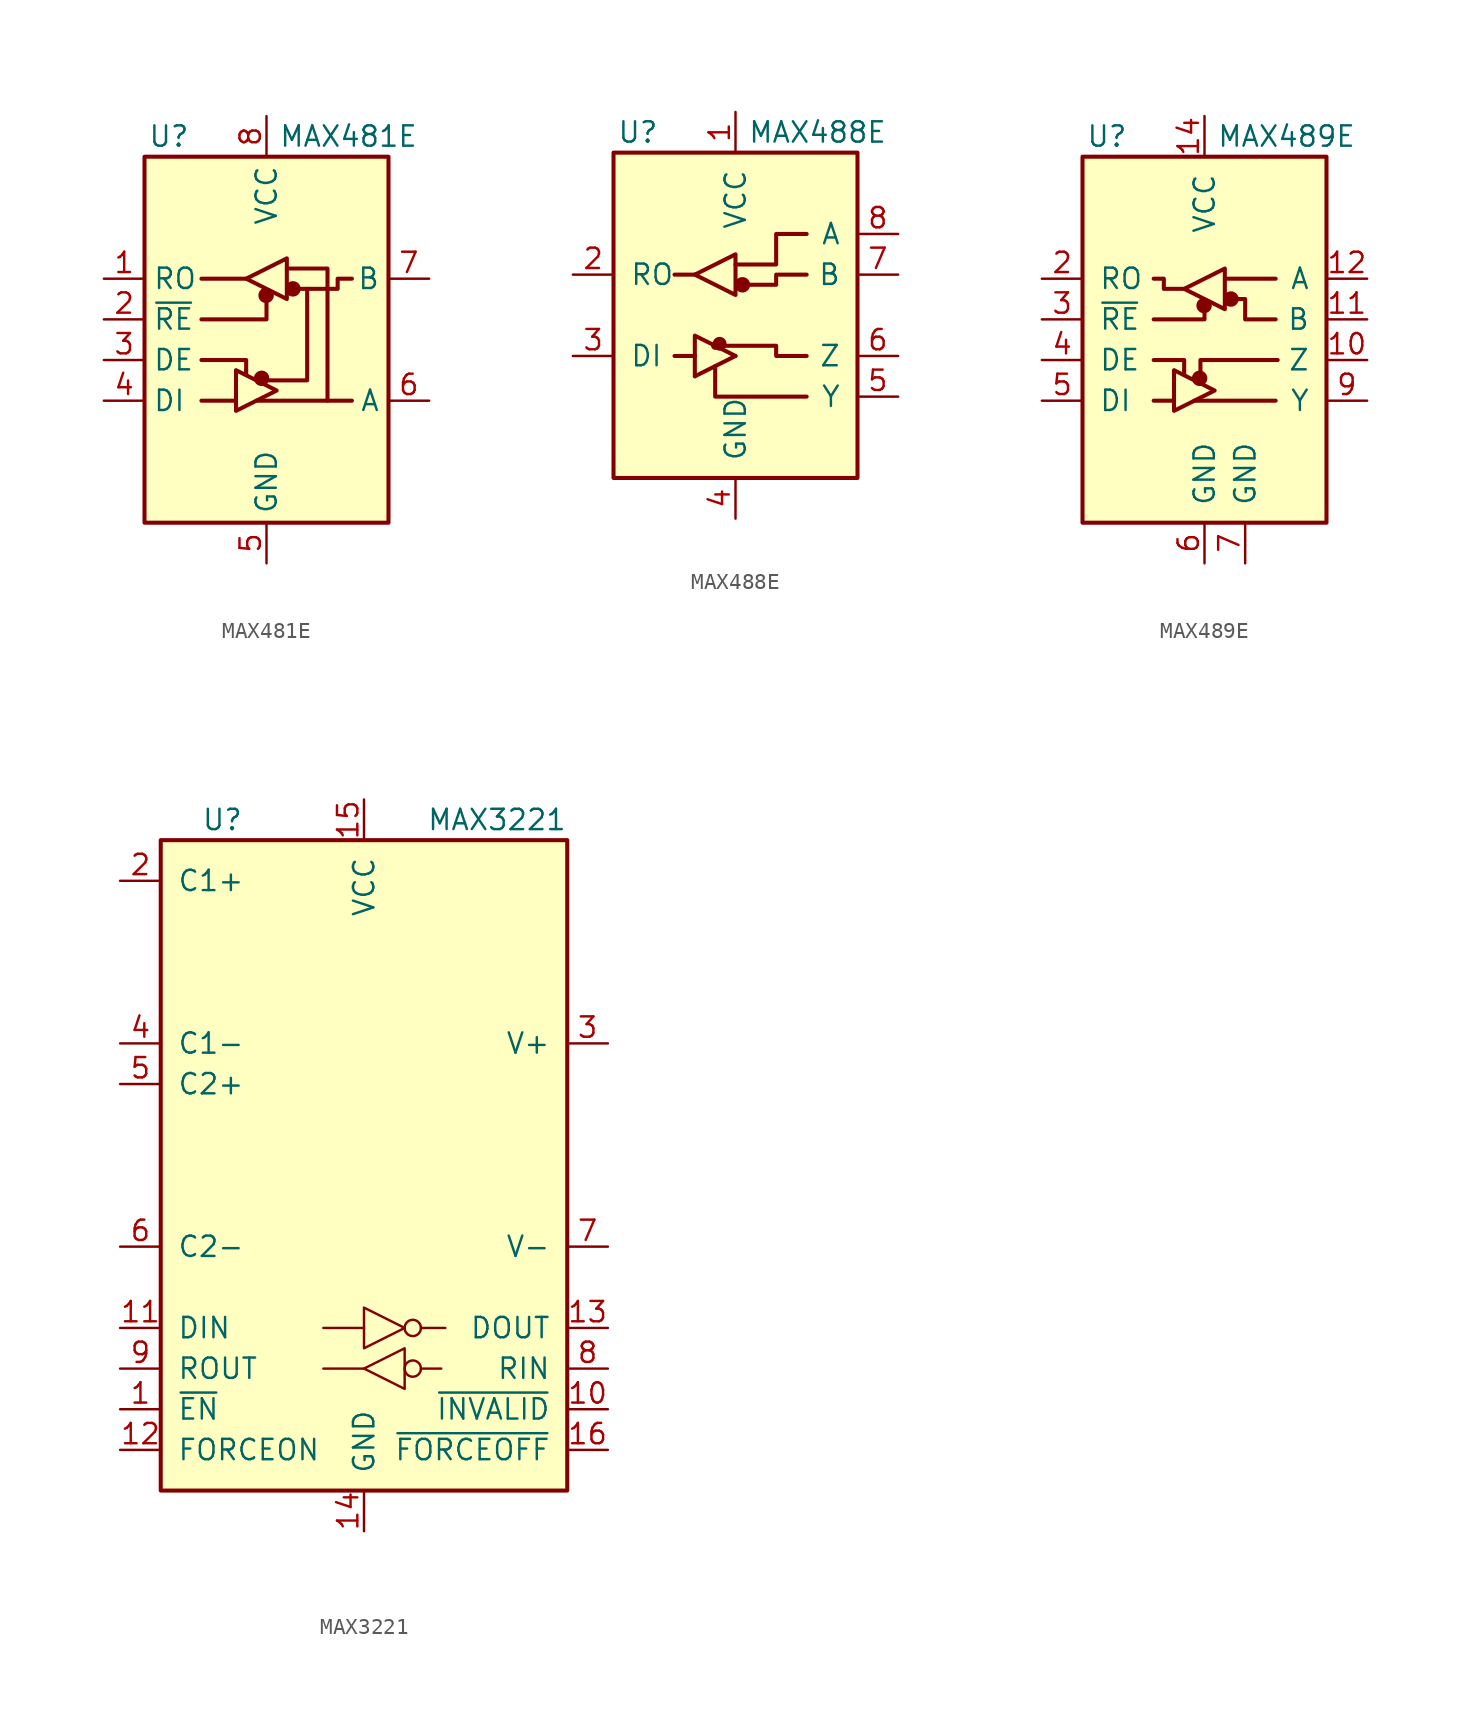
<source format=kicad_sym>
(kicad_symbol_lib
  (version 20201005)
  (generator kicad_symbol_editor)
  (symbol "MAX481E"
    (property "Reference" "U"
      (at -6.096 11.43 0)
      (effects (font (size 1.27 1.27))))
    (property "Value" "MAX481E"
      (at 0.762 11.43 0)
      (effects (font (size 1.27 1.27)) (justify left)))
    (symbol "MAX481E_0_1"
      (circle (center -0.305 -3.683) (radius 0.356) (stroke (width 0.254)) (fill (type outline)))
      (circle (center -0.025 1.499) (radius 0.356) (stroke (width 0.254)) (fill (type outline)))
      (circle (center 1.651 1.905) (radius 0.356) (stroke (width 0.254)) (fill (type outline)))
      (rectangle (start -7.62 10.16) (end 7.62 -12.7) (stroke (width 0.254)) (fill (type background)))
      (rectangle (start 1.27 3.175) (end 1.27 3.175) (stroke (width 0)) (fill (type none)))
      (polyline (pts (xy -4.064 -5.08) (xy -1.905 -5.08)) (stroke (width 0.254)) (fill (type none)))
      (polyline (pts (xy -4.064 2.54) (xy -1.27 2.54)) (stroke (width 0.254)) (fill (type none)))
      (polyline (pts (xy -1.27 -3.2) (xy -1.27 -3.454)) (stroke (width 0.254)) (fill (type none)))
      (polyline (pts (xy -0.635 -5.08) (xy 5.334 -5.08)) (stroke (width 0.254)) (fill (type none)))
      (polyline (pts (xy -4.064 -2.54) (xy -1.27 -2.54) (xy -1.27 -3.175)) (stroke (width 0.254)) (fill (type none)))
      (polyline (pts (xy 0 1.27) (xy 0 0) (xy -4.064 0)) (stroke (width 0.254)) (fill (type none)))
      (polyline (pts (xy 1.27 3.175) (xy 3.81 3.175) (xy 3.81 -5.08)) (stroke (width 0.254)) (fill (type none)))
      (polyline (pts (xy 2.54 1.905) (xy 2.54 -3.81) (xy 0 -3.81)) (stroke (width 0.254)) (fill (type none)))
      (polyline (pts (xy -1.905 -3.175) (xy -1.905 -5.715) (xy 0.635 -4.445) (xy -1.905 -3.175)) (stroke (width 0.254)) (fill (type none)))
      (polyline (pts (xy -1.27 2.54) (xy 1.27 3.81) (xy 1.27 1.27) (xy -1.27 2.54)) (stroke (width 0.254)) (fill (type none)))
      (polyline (pts (xy 1.905 1.905) (xy 4.445 1.905) (xy 4.445 2.54) (xy 5.334 2.54)) (stroke (width 0.254)) (fill (type none))))
    (symbol "MAX481E_1_1"
      (pin output line (at -10.16 2.54 0) (length 2.54) (name "RO" (effects (font (size 1.27 1.27)))) (number "1" (effects (font (size 1.27 1.27)))))
      (pin input line (at -10.16 0 0) (length 2.54) (name "~RE" (effects (font (size 1.27 1.27)))) (number "2" (effects (font (size 1.27 1.27)))))
      (pin input line (at -10.16 -2.54 0) (length 2.54) (name "DE" (effects (font (size 1.27 1.27)))) (number "3" (effects (font (size 1.27 1.27)))))
      (pin input line (at -10.16 -5.08 0) (length 2.54) (name "DI" (effects (font (size 1.27 1.27)))) (number "4" (effects (font (size 1.27 1.27)))))
      (pin power_in line (at 0 -15.24 90) (length 2.54) (name "GND" (effects (font (size 1.27 1.27)))) (number "5" (effects (font (size 1.27 1.27)))))
      (pin bidirectional line (at 10.16 -5.08 180) (length 2.54) (name "A" (effects (font (size 1.27 1.27)))) (number "6" (effects (font (size 1.27 1.27)))))
      (pin bidirectional line (at 10.16 2.54 180) (length 2.54) (name "B" (effects (font (size 1.27 1.27)))) (number "7" (effects (font (size 1.27 1.27)))))
      (pin power_in line (at 0 12.7 270) (length 2.54) (name "VCC" (effects (font (size 1.27 1.27)))) (number "8" (effects (font (size 1.27 1.27)))))))
  (symbol "MAX488E"
    (pin_names
      (offset 1.016))
    (property "Reference" "U"
      (at -6.096 11.43 0)
      (effects (font (size 1.27 1.27))))
    (property "Value" "MAX488E"
      (at 0.762 11.43 0)
      (effects (font (size 1.27 1.27)) (justify left)))
    (symbol "MAX488E_0_1"
      (circle (center -1.27 -1.905) (radius 0) (stroke (width 0.254)) (fill (type none)))
      (circle (center -0.991 -1.778) (radius 0.305) (stroke (width 0.254)) (fill (type outline)))
      (circle (center 0.432 1.905) (radius 0.356) (stroke (width 0.254)) (fill (type outline)))
      (rectangle (start -7.62 10.16) (end 7.62 -10.16) (stroke (width 0.254)) (fill (type background)))
      (polyline (pts (xy -2.54 -3.81) (xy 0 -2.54)) (stroke (width 0.254)) (fill (type none)))
      (polyline (pts (xy -2.54 -2.54) (xy -3.81 -2.54)) (stroke (width 0.254)) (fill (type none)))
      (polyline (pts (xy -2.54 2.54) (xy -3.81 2.54)) (stroke (width 0.254)) (fill (type none)))
      (polyline (pts (xy -0.635 -1.905) (xy -1.27 -1.905)) (stroke (width 0)) (fill (type none)))
      (polyline (pts (xy -2.54 -3.81) (xy -2.54 -1.27) (xy 0 -2.54)) (stroke (width 0.254)) (fill (type none)))
      (polyline (pts (xy -1.27 -3.175) (xy -1.27 -5.08) (xy 4.445 -5.08)) (stroke (width 0.254)) (fill (type none)))
      (polyline (pts (xy -2.54 2.54) (xy 0 3.81) (xy 0 1.27) (xy -2.54 2.54)) (stroke (width 0.254)) (fill (type none)))
      (polyline (pts (xy -0.635 -1.905) (xy 2.54 -1.905) (xy 2.54 -2.54) (xy 4.445 -2.54)) (stroke (width 0.254)) (fill (type none)))
      (polyline (pts (xy 0 3.175) (xy 2.54 3.175) (xy 2.54 5.08) (xy 4.445 5.08)) (stroke (width 0.254)) (fill (type none)))
      (polyline (pts (xy 0.635 1.905) (xy 2.54 1.905) (xy 2.54 2.54) (xy 4.445 2.54)) (stroke (width 0.254)) (fill (type none))))
    (symbol "MAX488E_1_1"
      (pin power_in line (at 0 12.7 270) (length 2.54) (name "VCC" (effects (font (size 1.27 1.27)))) (number "1" (effects (font (size 1.27 1.27)))))
      (pin output line (at -10.16 2.54 0) (length 2.54) (name "RO" (effects (font (size 1.27 1.27)))) (number "2" (effects (font (size 1.27 1.27)))))
      (pin input line (at -10.16 -2.54 0) (length 2.54) (name "DI" (effects (font (size 1.27 1.27)))) (number "3" (effects (font (size 1.27 1.27)))))
      (pin power_in line (at 0 -12.7 90) (length 2.54) (name "GND" (effects (font (size 1.27 1.27)))) (number "4" (effects (font (size 1.27 1.27)))))
      (pin output line (at 10.16 -5.08 180) (length 2.54) (name "Y" (effects (font (size 1.27 1.27)))) (number "5" (effects (font (size 1.27 1.27)))))
      (pin output line (at 10.16 -2.54 180) (length 2.54) (name "Z" (effects (font (size 1.27 1.27)))) (number "6" (effects (font (size 1.27 1.27)))))
      (pin input line (at 10.16 2.54 180) (length 2.54) (name "B" (effects (font (size 1.27 1.27)))) (number "7" (effects (font (size 1.27 1.27)))))
      (pin input line (at 10.16 5.08 180) (length 2.54) (name "A" (effects (font (size 1.27 1.27)))) (number "8" (effects (font (size 1.27 1.27)))))))
  (symbol "MAX489E"
    (pin_names
      (offset 1.016))
    (property "Reference" "U"
      (at -6.096 11.43 0)
      (effects (font (size 1.27 1.27))))
    (property "Value" "MAX489E"
      (at 0.762 11.43 0)
      (effects (font (size 1.27 1.27)) (justify left)))
    (symbol "MAX489E_0_1"
      (circle (center -0.305 -3.683) (radius 0.356) (stroke (width 0.254)) (fill (type outline)))
      (circle (center -0.025 0.864) (radius 0.356) (stroke (width 0.254)) (fill (type outline)))
      (circle (center 1.651 1.27) (radius 0.356) (stroke (width 0.254)) (fill (type outline)))
      (rectangle (start -7.62 10.16) (end 7.62 -12.7) (stroke (width 0.254)) (fill (type background)))
      (polyline (pts (xy -3.175 -5.08) (xy -1.905 -5.08)) (stroke (width 0.254)) (fill (type none)))
      (polyline (pts (xy -1.27 -3.2) (xy -1.27 -3.454)) (stroke (width 0.254)) (fill (type none)))
      (polyline (pts (xy -0.635 -5.08) (xy 4.445 -5.08)) (stroke (width 0.254)) (fill (type none)))
      (polyline (pts (xy 1.27 2.54) (xy 4.445 2.54)) (stroke (width 0.254)) (fill (type none)))
      (polyline (pts (xy -3.175 -2.54) (xy -1.27 -2.54) (xy -1.27 -3.175)) (stroke (width 0.254)) (fill (type none)))
      (polyline (pts (xy -0.254 -3.556) (xy -0.254 -2.54) (xy 4.572 -2.54)) (stroke (width 0.254)) (fill (type none)))
      (polyline (pts (xy 0 0.635) (xy 0 0) (xy -3.175 0)) (stroke (width 0.254)) (fill (type none)))
      (polyline (pts (xy -1.905 -3.175) (xy -1.905 -5.715) (xy 0.635 -4.445) (xy -1.905 -3.175)) (stroke (width 0.254)) (fill (type none)))
      (polyline (pts (xy -1.27 1.905) (xy -2.54 1.905) (xy -2.54 2.54) (xy -3.175 2.54)) (stroke (width 0.254)) (fill (type none)))
      (polyline (pts (xy -1.27 1.905) (xy 1.27 3.175) (xy 1.27 0.635) (xy -1.27 1.905)) (stroke (width 0.254)) (fill (type none)))
      (polyline (pts (xy 1.905 1.27) (xy 2.54 1.27) (xy 2.54 0) (xy 4.445 0)) (stroke (width 0.254)) (fill (type none))))
    (symbol "MAX489E_1_1"
      (pin no_connect line (at -7.62 7.62 0) (length 2.54) hide (name "NC" (effects (font (size 1.27 1.27)))) (number "1" (effects (font (size 1.27 1.27)))))
      (pin output line (at 10.16 -2.54 180) (length 2.54) (name "Z" (effects (font (size 1.27 1.27)))) (number "10" (effects (font (size 1.27 1.27)))))
      (pin input line (at 10.16 0 180) (length 2.54) (name "B" (effects (font (size 1.27 1.27)))) (number "11" (effects (font (size 1.27 1.27)))))
      (pin input line (at 10.16 2.54 180) (length 2.54) (name "A" (effects (font (size 1.27 1.27)))) (number "12" (effects (font (size 1.27 1.27)))))
      (pin no_connect line (at 7.62 7.62 180) (length 2.54) hide (name "NC" (effects (font (size 1.27 1.27)))) (number "13" (effects (font (size 1.27 1.27)))))
      (pin power_in line (at 0 12.7 270) (length 2.54) (name "VCC" (effects (font (size 1.27 1.27)))) (number "14" (effects (font (size 1.27 1.27)))))
      (pin output line (at -10.16 2.54 0) (length 2.54) (name "RO" (effects (font (size 1.27 1.27)))) (number "2" (effects (font (size 1.27 1.27)))))
      (pin input line (at -10.16 0 0) (length 2.54) (name "~RE" (effects (font (size 1.27 1.27)))) (number "3" (effects (font (size 1.27 1.27)))))
      (pin input line (at -10.16 -2.54 0) (length 2.54) (name "DE" (effects (font (size 1.27 1.27)))) (number "4" (effects (font (size 1.27 1.27)))))
      (pin input line (at -10.16 -5.08 0) (length 2.54) (name "DI" (effects (font (size 1.27 1.27)))) (number "5" (effects (font (size 1.27 1.27)))))
      (pin power_in line (at 0 -15.24 90) (length 2.54) (name "GND" (effects (font (size 1.27 1.27)))) (number "6" (effects (font (size 1.27 1.27)))))
      (pin power_in line (at 2.54 -15.24 90) (length 2.54) (name "GND" (effects (font (size 1.27 1.27)))) (number "7" (effects (font (size 1.27 1.27)))))
      (pin no_connect line (at 7.62 -10.16 180) (length 2.54) hide (name "NC" (effects (font (size 1.27 1.27)))) (number "8" (effects (font (size 1.27 1.27)))))
      (pin output line (at 10.16 -5.08 180) (length 2.54) (name "Y" (effects (font (size 1.27 1.27)))) (number "9" (effects (font (size 1.27 1.27)))))))
  (symbol "MAX3221"
    (pin_names
      (offset 1.016))
    (property "Reference" "U"
      (at -10.16 21.59 0)
      (effects (font (size 1.27 1.27)) (justify left)))
    (property "Value" "MAX3221"
      (at 12.7 21.59 0)
      (effects (font (size 1.27 1.27)) (justify right)))
    (symbol "MAX3221_0_1"
      (circle (center 3.048 -12.7) (radius 0.508) (stroke (width 0)) (fill (type none)))
      (circle (center 3.048 -10.16) (radius 0.508) (stroke (width 0)) (fill (type none)))
      (rectangle (start -12.7 -20.32) (end 12.7 20.32) (stroke (width 0.254)) (fill (type background)))
      (polyline (pts (xy -2.54 -12.7) (xy 0 -12.7) (xy 0 -12.7)) (stroke (width 0)) (fill (type none)))
      (polyline (pts (xy -2.54 -10.16) (xy 0 -10.16) (xy 0 -10.16)) (stroke (width 0)) (fill (type none)))
      (polyline (pts (xy 3.556 -12.7) (xy 4.826 -12.7) (xy 4.826 -12.7)) (stroke (width 0)) (fill (type none)))
      (polyline (pts (xy 3.556 -10.16) (xy 5.08 -10.16) (xy 5.08 -10.16)) (stroke (width 0)) (fill (type none)))
      (polyline (pts (xy 2.54 -11.43) (xy 2.54 -13.97) (xy 0 -12.7) (xy 2.54 -11.43) (xy 2.54 -11.43)) (stroke (width 0)) (fill (type none)))
      (polyline (pts (xy 0 -11.43) (xy 0 -8.89) (xy 2.54 -10.16) (xy 0 -11.43) (xy 0 -11.43) (xy 0 -11.43)) (stroke (width 0)) (fill (type none))))
    (symbol "MAX3221_1_1"
      (pin input line (at -15.24 -15.24 0) (length 2.54) (name "~EN" (effects (font (size 1.27 1.27)))) (number "1" (effects (font (size 1.27 1.27)))))
      (pin output line (at 15.24 -15.24 180) (length 2.54) (name "~INVALID" (effects (font (size 1.27 1.27)))) (number "10" (effects (font (size 1.27 1.27)))))
      (pin input line (at -15.24 -10.16 0) (length 2.54) (name "DIN" (effects (font (size 1.27 1.27)))) (number "11" (effects (font (size 1.27 1.27)))))
      (pin input line (at -15.24 -17.78 0) (length 2.54) (name "FORCEON" (effects (font (size 1.27 1.27)))) (number "12" (effects (font (size 1.27 1.27)))))
      (pin output line (at 15.24 -10.16 180) (length 2.54) (name "DOUT" (effects (font (size 1.27 1.27)))) (number "13" (effects (font (size 1.27 1.27)))))
      (pin power_in line (at 0 -22.86 90) (length 2.54) (name "GND" (effects (font (size 1.27 1.27)))) (number "14" (effects (font (size 1.27 1.27)))))
      (pin power_in line (at 0 22.86 270) (length 2.54) (name "VCC" (effects (font (size 1.27 1.27)))) (number "15" (effects (font (size 1.27 1.27)))))
      (pin input line (at 15.24 -17.78 180) (length 2.54) (name "~FORCEOFF" (effects (font (size 1.27 1.27)))) (number "16" (effects (font (size 1.27 1.27)))))
      (pin passive line (at -15.24 17.78 0) (length 2.54) (name "C1+" (effects (font (size 1.27 1.27)))) (number "2" (effects (font (size 1.27 1.27)))))
      (pin power_out line (at 15.24 7.62 180) (length 2.54) (name "V+" (effects (font (size 1.27 1.27)))) (number "3" (effects (font (size 1.27 1.27)))))
      (pin passive line (at -15.24 7.62 0) (length 2.54) (name "C1-" (effects (font (size 1.27 1.27)))) (number "4" (effects (font (size 1.27 1.27)))))
      (pin passive line (at -15.24 5.08 0) (length 2.54) (name "C2+" (effects (font (size 1.27 1.27)))) (number "5" (effects (font (size 1.27 1.27)))))
      (pin passive line (at -15.24 -5.08 0) (length 2.54) (name "C2-" (effects (font (size 1.27 1.27)))) (number "6" (effects (font (size 1.27 1.27)))))
      (pin power_out line (at 15.24 -5.08 180) (length 2.54) (name "V-" (effects (font (size 1.27 1.27)))) (number "7" (effects (font (size 1.27 1.27)))))
      (pin input line (at 15.24 -12.7 180) (length 2.54) (name "RIN" (effects (font (size 1.27 1.27)))) (number "8" (effects (font (size 1.27 1.27)))))
      (pin output line (at -15.24 -12.7 0) (length 2.54) (name "ROUT" (effects (font (size 1.27 1.27)))) (number "9" (effects (font (size 1.27 1.27))))))))
</source>
